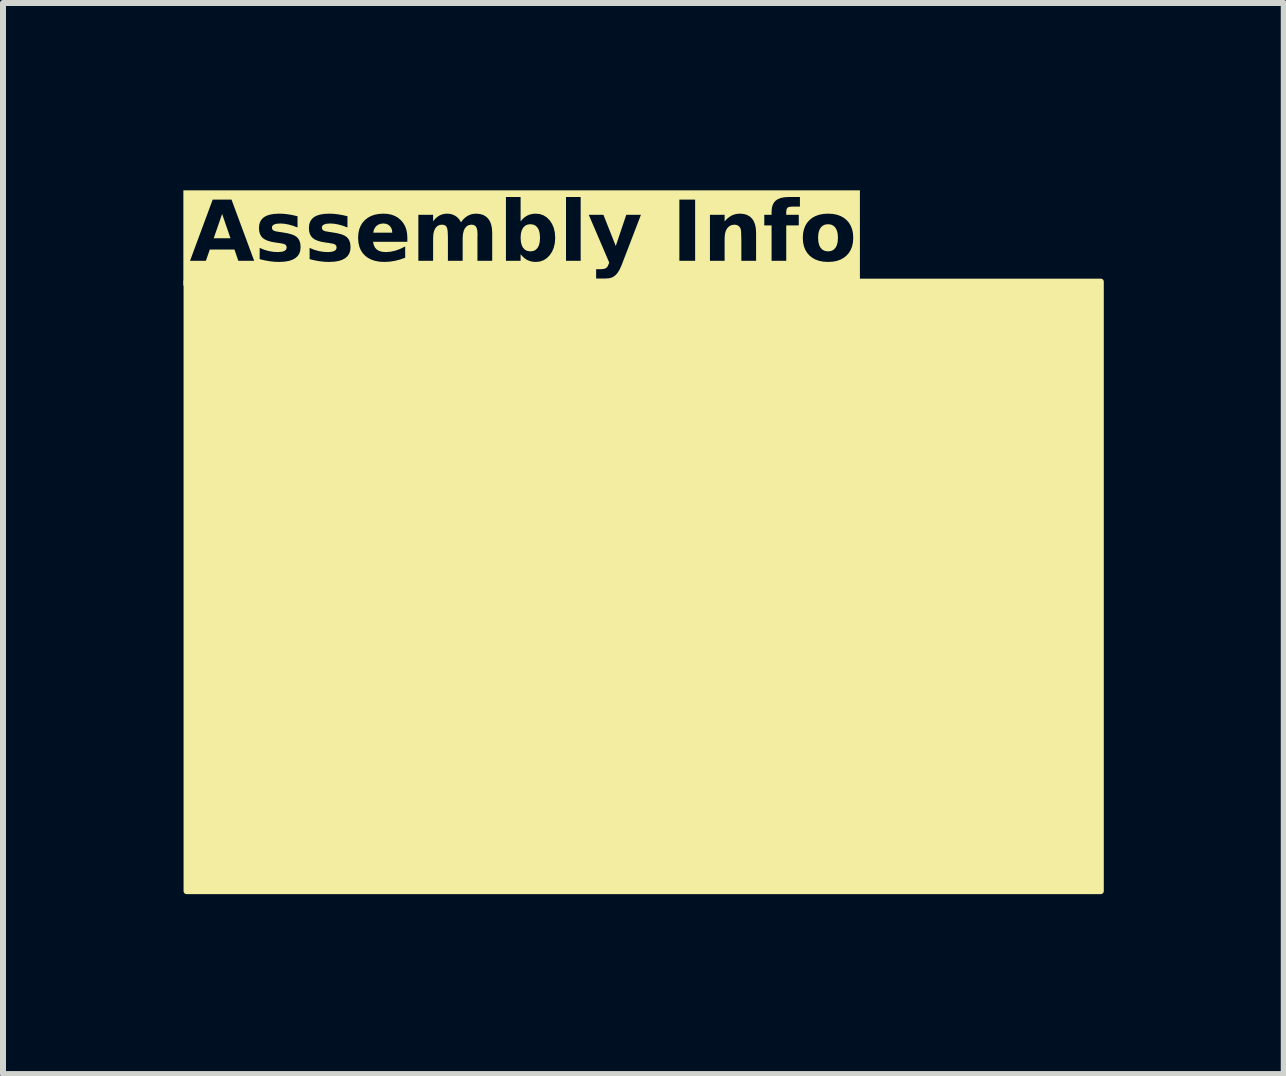
<source format=kicad_pcb>
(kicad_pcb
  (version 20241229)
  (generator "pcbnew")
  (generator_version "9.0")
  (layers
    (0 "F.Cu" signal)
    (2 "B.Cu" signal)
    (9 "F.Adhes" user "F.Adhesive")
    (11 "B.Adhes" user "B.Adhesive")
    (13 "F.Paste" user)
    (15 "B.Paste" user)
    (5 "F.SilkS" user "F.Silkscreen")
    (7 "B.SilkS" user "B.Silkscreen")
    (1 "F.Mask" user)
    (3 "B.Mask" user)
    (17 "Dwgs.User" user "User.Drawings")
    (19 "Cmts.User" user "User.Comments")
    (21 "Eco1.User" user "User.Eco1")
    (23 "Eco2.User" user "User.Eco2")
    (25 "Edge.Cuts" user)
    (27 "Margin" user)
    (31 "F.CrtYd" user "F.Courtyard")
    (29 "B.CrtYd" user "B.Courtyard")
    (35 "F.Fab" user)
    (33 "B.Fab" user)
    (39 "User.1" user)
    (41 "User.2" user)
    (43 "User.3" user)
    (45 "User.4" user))
  (footprint "Assembly_Note"
    (layer "F.Cu")
    (at 7.68 7.995)
    (property "Reference" "Assembly_Note" (at 0 -0.5 0) (unlocked yes) (layer "F.SilkS") (effects (font (size 1 1) (thickness 0.1))))
    (attr board_only exclude_from_pos_files exclude_from_bom allow_missing_courtyard dnp)
    (fp_rect (start -7.62 -6.35) (end 7.62 3.81) (stroke (width 0.1) (type solid)) (fill yes) (layer "F.SilkS"))
    (fp_text user "Assembly Info" (at -7.569 -6.528 0) (unlocked yes) (layer "F.SilkS" knockout) (effects (font (face "D-DIN Condensed") (size 1 1) (thickness 0.2) (bold yes)) (justify left bottom))))
  (gr_rect
    (start -3 -3)
    (end 18.35 14.855)
    (stroke (width 0.1) (type default))
    (fill no)
    (layer "Edge.Cuts")))
</source>
